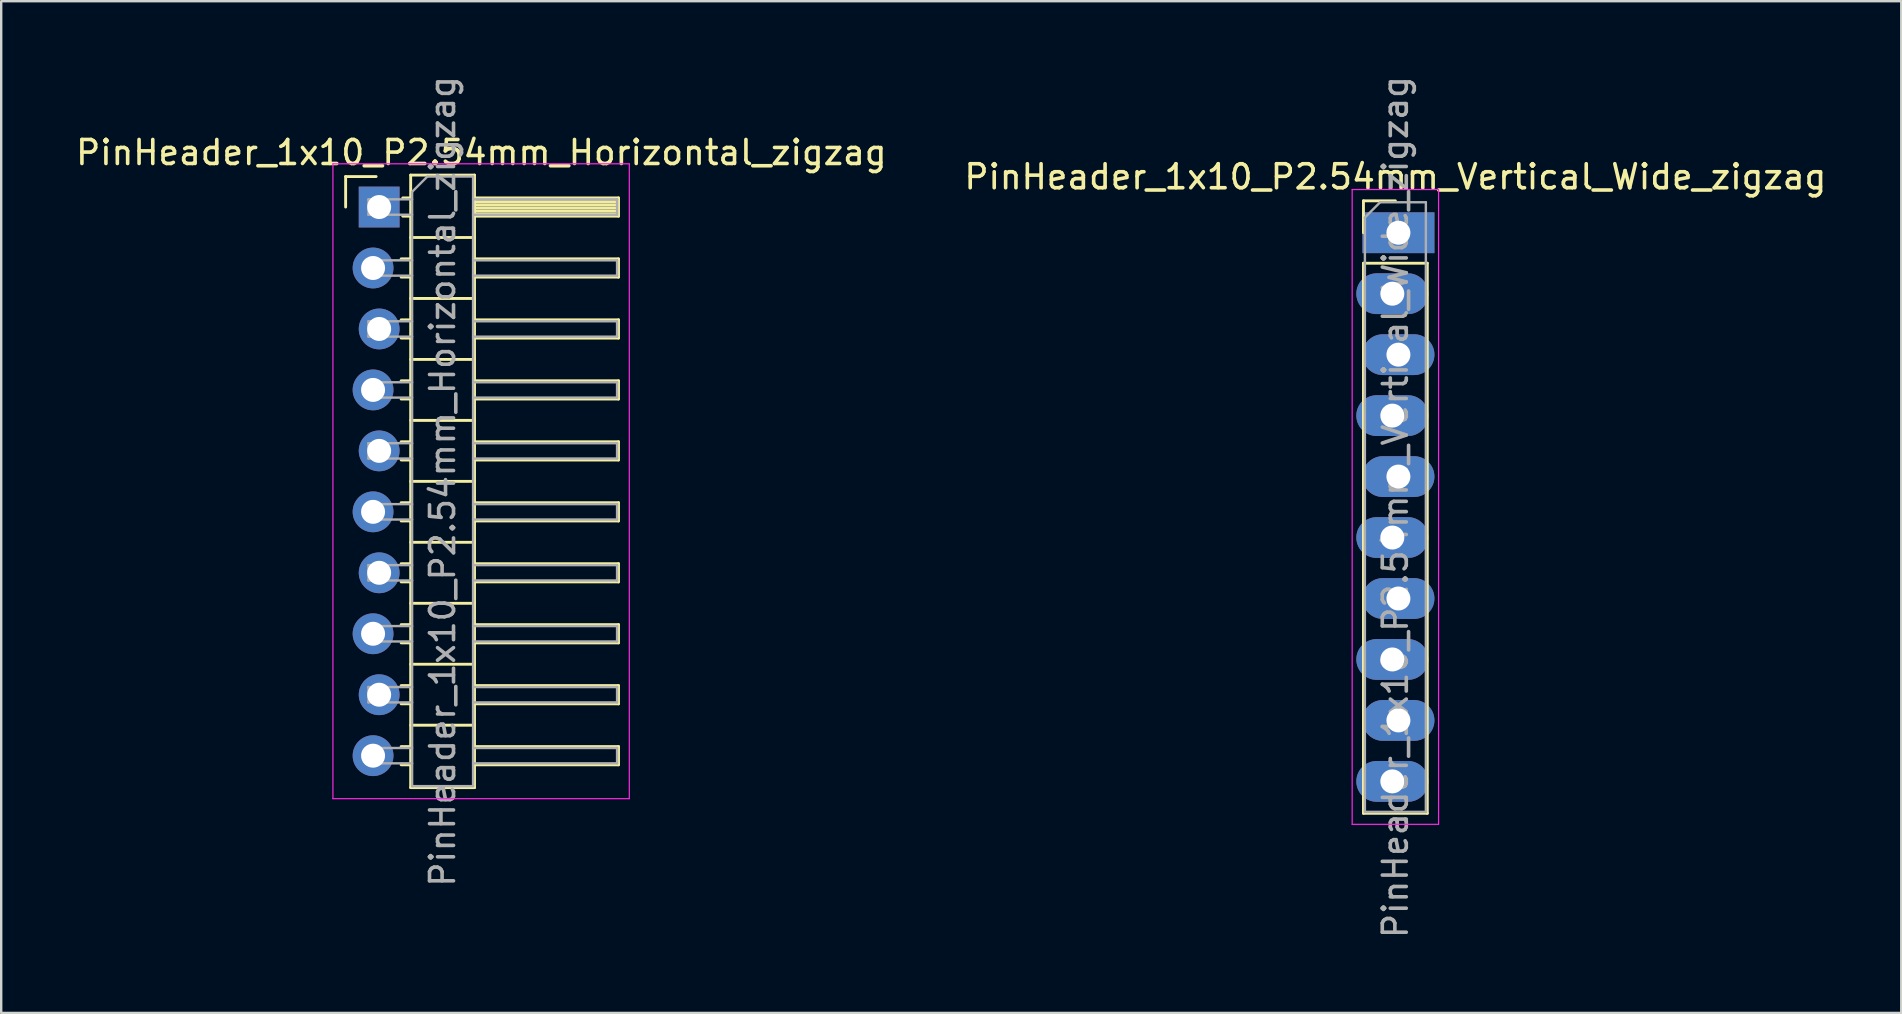
<source format=kicad_pcb>
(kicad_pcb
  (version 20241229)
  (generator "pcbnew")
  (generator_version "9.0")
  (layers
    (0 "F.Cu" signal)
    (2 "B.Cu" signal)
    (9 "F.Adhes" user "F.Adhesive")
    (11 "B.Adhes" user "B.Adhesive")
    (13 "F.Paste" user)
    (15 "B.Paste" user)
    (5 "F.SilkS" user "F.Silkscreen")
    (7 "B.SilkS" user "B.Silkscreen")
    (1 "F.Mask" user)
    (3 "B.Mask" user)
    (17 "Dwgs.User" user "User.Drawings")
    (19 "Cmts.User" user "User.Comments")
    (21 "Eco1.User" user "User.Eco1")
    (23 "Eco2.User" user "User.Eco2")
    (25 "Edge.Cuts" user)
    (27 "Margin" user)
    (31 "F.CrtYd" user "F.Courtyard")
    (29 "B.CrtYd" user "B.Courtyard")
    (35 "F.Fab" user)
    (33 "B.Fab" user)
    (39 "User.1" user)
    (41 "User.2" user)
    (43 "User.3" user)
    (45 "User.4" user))
  (footprint "PinHeader_1x10_P2.54mm_Horizontal_zigzag"
    (layer "F.Cu")
    (at 12.621 5.576)
    (property "Reference" "PinHeader_1x10_P2.54mm_Horizontal_zigzag" (at 4.385 -2.27 0) (layer "F.SilkS") (effects (font (size 1 1) (thickness 0.15))))
    (attr through_hole)
    (fp_line (start -1.27 -1.27) (end 0 -1.27) (stroke (width 0.12) (type solid)) (layer "F.SilkS"))
    (fp_line (start -1.27 0) (end -1.27 -1.27) (stroke (width 0.12) (type solid)) (layer "F.SilkS"))
    (fp_line (start 1.043 2.16) (end 1.44 2.16) (stroke (width 0.12) (type solid)) (layer "F.SilkS"))
    (fp_line (start 1.043 2.92) (end 1.44 2.92) (stroke (width 0.12) (type solid)) (layer "F.SilkS"))
    (fp_line (start 1.043 4.7) (end 1.44 4.7) (stroke (width 0.12) (type solid)) (layer "F.SilkS"))
    (fp_line (start 1.043 5.46) (end 1.44 5.46) (stroke (width 0.12) (type solid)) (layer "F.SilkS"))
    (fp_line (start 1.043 7.24) (end 1.44 7.24) (stroke (width 0.12) (type solid)) (layer "F.SilkS"))
    (fp_line (start 1.043 8) (end 1.44 8) (stroke (width 0.12) (type solid)) (layer "F.SilkS"))
    (fp_line (start 1.043 9.78) (end 1.44 9.78) (stroke (width 0.12) (type solid)) (layer "F.SilkS"))
    (fp_line (start 1.043 10.54) (end 1.44 10.54) (stroke (width 0.12) (type solid)) (layer "F.SilkS"))
    (fp_line (start 1.043 12.32) (end 1.44 12.32) (stroke (width 0.12) (type solid)) (layer "F.SilkS"))
    (fp_line (start 1.043 13.08) (end 1.44 13.08) (stroke (width 0.12) (type solid)) (layer "F.SilkS"))
    (fp_line (start 1.043 14.86) (end 1.44 14.86) (stroke (width 0.12) (type solid)) (layer "F.SilkS"))
    (fp_line (start 1.043 15.62) (end 1.44 15.62) (stroke (width 0.12) (type solid)) (layer "F.SilkS"))
    (fp_line (start 1.043 17.4) (end 1.44 17.4) (stroke (width 0.12) (type solid)) (layer "F.SilkS"))
    (fp_line (start 1.043 18.16) (end 1.44 18.16) (stroke (width 0.12) (type solid)) (layer "F.SilkS"))
    (fp_line (start 1.043 19.94) (end 1.44 19.94) (stroke (width 0.12) (type solid)) (layer "F.SilkS"))
    (fp_line (start 1.043 20.7) (end 1.44 20.7) (stroke (width 0.12) (type solid)) (layer "F.SilkS"))
    (fp_line (start 1.043 22.48) (end 1.44 22.48) (stroke (width 0.12) (type solid)) (layer "F.SilkS"))
    (fp_line (start 1.043 23.24) (end 1.44 23.24) (stroke (width 0.12) (type solid)) (layer "F.SilkS"))
    (fp_line (start 1.11 -0.38) (end 1.44 -0.38) (stroke (width 0.12) (type solid)) (layer "F.SilkS"))
    (fp_line (start 1.11 0.38) (end 1.44 0.38) (stroke (width 0.12) (type solid)) (layer "F.SilkS"))
    (fp_line (start 1.44 -1.33) (end 1.44 24.19) (stroke (width 0.12) (type solid)) (layer "F.SilkS"))
    (fp_line (start 1.44 1.27) (end 4.1 1.27) (stroke (width 0.12) (type solid)) (layer "F.SilkS"))
    (fp_line (start 1.44 3.81) (end 4.1 3.81) (stroke (width 0.12) (type solid)) (layer "F.SilkS"))
    (fp_line (start 1.44 6.35) (end 4.1 6.35) (stroke (width 0.12) (type solid)) (layer "F.SilkS"))
    (fp_line (start 1.44 8.89) (end 4.1 8.89) (stroke (width 0.12) (type solid)) (layer "F.SilkS"))
    (fp_line (start 1.44 11.43) (end 4.1 11.43) (stroke (width 0.12) (type solid)) (layer "F.SilkS"))
    (fp_line (start 1.44 13.97) (end 4.1 13.97) (stroke (width 0.12) (type solid)) (layer "F.SilkS"))
    (fp_line (start 1.44 16.51) (end 4.1 16.51) (stroke (width 0.12) (type solid)) (layer "F.SilkS"))
    (fp_line (start 1.44 19.05) (end 4.1 19.05) (stroke (width 0.12) (type solid)) (layer "F.SilkS"))
    (fp_line (start 1.44 21.59) (end 4.1 21.59) (stroke (width 0.12) (type solid)) (layer "F.SilkS"))
    (fp_line (start 1.44 24.19) (end 4.1 24.19) (stroke (width 0.12) (type solid)) (layer "F.SilkS"))
    (fp_line (start 4.1 -1.33) (end 1.44 -1.33) (stroke (width 0.12) (type solid)) (layer "F.SilkS"))
    (fp_line (start 4.1 -0.38) (end 10.1 -0.38) (stroke (width 0.12) (type solid)) (layer "F.SilkS"))
    (fp_line (start 4.1 -0.32) (end 10.1 -0.32) (stroke (width 0.12) (type solid)) (layer "F.SilkS"))
    (fp_line (start 4.1 -0.2) (end 10.1 -0.2) (stroke (width 0.12) (type solid)) (layer "F.SilkS"))
    (fp_line (start 4.1 -0.08) (end 10.1 -0.08) (stroke (width 0.12) (type solid)) (layer "F.SilkS"))
    (fp_line (start 4.1 0.04) (end 10.1 0.04) (stroke (width 0.12) (type solid)) (layer "F.SilkS"))
    (fp_line (start 4.1 0.16) (end 10.1 0.16) (stroke (width 0.12) (type solid)) (layer "F.SilkS"))
    (fp_line (start 4.1 0.28) (end 10.1 0.28) (stroke (width 0.12) (type solid)) (layer "F.SilkS"))
    (fp_line (start 4.1 2.16) (end 10.1 2.16) (stroke (width 0.12) (type solid)) (layer "F.SilkS"))
    (fp_line (start 4.1 4.7) (end 10.1 4.7) (stroke (width 0.12) (type solid)) (layer "F.SilkS"))
    (fp_line (start 4.1 7.24) (end 10.1 7.24) (stroke (width 0.12) (type solid)) (layer "F.SilkS"))
    (fp_line (start 4.1 9.78) (end 10.1 9.78) (stroke (width 0.12) (type solid)) (layer "F.SilkS"))
    (fp_line (start 4.1 12.32) (end 10.1 12.32) (stroke (width 0.12) (type solid)) (layer "F.SilkS"))
    (fp_line (start 4.1 14.86) (end 10.1 14.86) (stroke (width 0.12) (type solid)) (layer "F.SilkS"))
    (fp_line (start 4.1 17.4) (end 10.1 17.4) (stroke (width 0.12) (type solid)) (layer "F.SilkS"))
    (fp_line (start 4.1 19.94) (end 10.1 19.94) (stroke (width 0.12) (type solid)) (layer "F.SilkS"))
    (fp_line (start 4.1 22.48) (end 10.1 22.48) (stroke (width 0.12) (type solid)) (layer "F.SilkS"))
    (fp_line (start 4.1 24.19) (end 4.1 -1.33) (stroke (width 0.12) (type solid)) (layer "F.SilkS"))
    (fp_line (start 10.1 -0.38) (end 10.1 0.38) (stroke (width 0.12) (type solid)) (layer "F.SilkS"))
    (fp_line (start 10.1 0.38) (end 4.1 0.38) (stroke (width 0.12) (type solid)) (layer "F.SilkS"))
    (fp_line (start 10.1 2.16) (end 10.1 2.92) (stroke (width 0.12) (type solid)) (layer "F.SilkS"))
    (fp_line (start 10.1 2.92) (end 4.1 2.92) (stroke (width 0.12) (type solid)) (layer "F.SilkS"))
    (fp_line (start 10.1 4.7) (end 10.1 5.46) (stroke (width 0.12) (type solid)) (layer "F.SilkS"))
    (fp_line (start 10.1 5.46) (end 4.1 5.46) (stroke (width 0.12) (type solid)) (layer "F.SilkS"))
    (fp_line (start 10.1 7.24) (end 10.1 8) (stroke (width 0.12) (type solid)) (layer "F.SilkS"))
    (fp_line (start 10.1 8) (end 4.1 8) (stroke (width 0.12) (type solid)) (layer "F.SilkS"))
    (fp_line (start 10.1 9.78) (end 10.1 10.54) (stroke (width 0.12) (type solid)) (layer "F.SilkS"))
    (fp_line (start 10.1 10.54) (end 4.1 10.54) (stroke (width 0.12) (type solid)) (layer "F.SilkS"))
    (fp_line (start 10.1 12.32) (end 10.1 13.08) (stroke (width 0.12) (type solid)) (layer "F.SilkS"))
    (fp_line (start 10.1 13.08) (end 4.1 13.08) (stroke (width 0.12) (type solid)) (layer "F.SilkS"))
    (fp_line (start 10.1 14.86) (end 10.1 15.62) (stroke (width 0.12) (type solid)) (layer "F.SilkS"))
    (fp_line (start 10.1 15.62) (end 4.1 15.62) (stroke (width 0.12) (type solid)) (layer "F.SilkS"))
    (fp_line (start 10.1 17.4) (end 10.1 18.16) (stroke (width 0.12) (type solid)) (layer "F.SilkS"))
    (fp_line (start 10.1 18.16) (end 4.1 18.16) (stroke (width 0.12) (type solid)) (layer "F.SilkS"))
    (fp_line (start 10.1 19.94) (end 10.1 20.7) (stroke (width 0.12) (type solid)) (layer "F.SilkS"))
    (fp_line (start 10.1 20.7) (end 4.1 20.7) (stroke (width 0.12) (type solid)) (layer "F.SilkS"))
    (fp_line (start 10.1 22.48) (end 10.1 23.24) (stroke (width 0.12) (type solid)) (layer "F.SilkS"))
    (fp_line (start 10.1 23.24) (end 4.1 23.24) (stroke (width 0.12) (type solid)) (layer "F.SilkS"))
    (fp_line (start -1.8 -1.8) (end -1.8 24.65) (stroke (width 0.05) (type solid)) (layer "F.CrtYd"))
    (fp_line (start -1.8 24.65) (end 10.55 24.65) (stroke (width 0.05) (type solid)) (layer "F.CrtYd"))
    (fp_line (start 10.55 -1.8) (end -1.8 -1.8) (stroke (width 0.05) (type solid)) (layer "F.CrtYd"))
    (fp_line (start 10.55 24.65) (end 10.55 -1.8) (stroke (width 0.05) (type solid)) (layer "F.CrtYd"))
    (fp_line (start -0.32 -0.32) (end -0.32 0.32) (stroke (width 0.1) (type solid)) (layer "F.Fab"))
    (fp_line (start -0.32 -0.32) (end 1.5 -0.32) (stroke (width 0.1) (type solid)) (layer "F.Fab"))
    (fp_line (start -0.32 0.32) (end 1.5 0.32) (stroke (width 0.1) (type solid)) (layer "F.Fab"))
    (fp_line (start -0.32 2.22) (end -0.32 2.86) (stroke (width 0.1) (type solid)) (layer "F.Fab"))
    (fp_line (start -0.32 2.22) (end 1.5 2.22) (stroke (width 0.1) (type solid)) (layer "F.Fab"))
    (fp_line (start -0.32 2.86) (end 1.5 2.86) (stroke (width 0.1) (type solid)) (layer "F.Fab"))
    (fp_line (start -0.32 4.76) (end -0.32 5.4) (stroke (width 0.1) (type solid)) (layer "F.Fab"))
    (fp_line (start -0.32 4.76) (end 1.5 4.76) (stroke (width 0.1) (type solid)) (layer "F.Fab"))
    (fp_line (start -0.32 5.4) (end 1.5 5.4) (stroke (width 0.1) (type solid)) (layer "F.Fab"))
    (fp_line (start -0.32 7.3) (end -0.32 7.94) (stroke (width 0.1) (type solid)) (layer "F.Fab"))
    (fp_line (start -0.32 7.3) (end 1.5 7.3) (stroke (width 0.1) (type solid)) (layer "F.Fab"))
    (fp_line (start -0.32 7.94) (end 1.5 7.94) (stroke (width 0.1) (type solid)) (layer "F.Fab"))
    (fp_line (start -0.32 9.84) (end -0.32 10.48) (stroke (width 0.1) (type solid)) (layer "F.Fab"))
    (fp_line (start -0.32 9.84) (end 1.5 9.84) (stroke (width 0.1) (type solid)) (layer "F.Fab"))
    (fp_line (start -0.32 10.48) (end 1.5 10.48) (stroke (width 0.1) (type solid)) (layer "F.Fab"))
    (fp_line (start -0.32 12.38) (end -0.32 13.02) (stroke (width 0.1) (type solid)) (layer "F.Fab"))
    (fp_line (start -0.32 12.38) (end 1.5 12.38) (stroke (width 0.1) (type solid)) (layer "F.Fab"))
    (fp_line (start -0.32 13.02) (end 1.5 13.02) (stroke (width 0.1) (type solid)) (layer "F.Fab"))
    (fp_line (start -0.32 14.92) (end -0.32 15.56) (stroke (width 0.1) (type solid)) (layer "F.Fab"))
    (fp_line (start -0.32 14.92) (end 1.5 14.92) (stroke (width 0.1) (type solid)) (layer "F.Fab"))
    (fp_line (start -0.32 15.56) (end 1.5 15.56) (stroke (width 0.1) (type solid)) (layer "F.Fab"))
    (fp_line (start -0.32 17.46) (end -0.32 18.1) (stroke (width 0.1) (type solid)) (layer "F.Fab"))
    (fp_line (start -0.32 17.46) (end 1.5 17.46) (stroke (width 0.1) (type solid)) (layer "F.Fab"))
    (fp_line (start -0.32 18.1) (end 1.5 18.1) (stroke (width 0.1) (type solid)) (layer "F.Fab"))
    (fp_line (start -0.32 20) (end -0.32 20.64) (stroke (width 0.1) (type solid)) (layer "F.Fab"))
    (fp_line (start -0.32 20) (end 1.5 20) (stroke (width 0.1) (type solid)) (layer "F.Fab"))
    (fp_line (start -0.32 20.64) (end 1.5 20.64) (stroke (width 0.1) (type solid)) (layer "F.Fab"))
    (fp_line (start -0.32 22.54) (end -0.32 23.18) (stroke (width 0.1) (type solid)) (layer "F.Fab"))
    (fp_line (start -0.32 22.54) (end 1.5 22.54) (stroke (width 0.1) (type solid)) (layer "F.Fab"))
    (fp_line (start -0.32 23.18) (end 1.5 23.18) (stroke (width 0.1) (type solid)) (layer "F.Fab"))
    (fp_line (start 1.5 -0.635) (end 2.135 -1.27) (stroke (width 0.1) (type solid)) (layer "F.Fab"))
    (fp_line (start 1.5 24.13) (end 1.5 -0.635) (stroke (width 0.1) (type solid)) (layer "F.Fab"))
    (fp_line (start 2.135 -1.27) (end 4.04 -1.27) (stroke (width 0.1) (type solid)) (layer "F.Fab"))
    (fp_line (start 4.04 -1.27) (end 4.04 24.13) (stroke (width 0.1) (type solid)) (layer "F.Fab"))
    (fp_line (start 4.04 -0.32) (end 10.04 -0.32) (stroke (width 0.1) (type solid)) (layer "F.Fab"))
    (fp_line (start 4.04 0.32) (end 10.04 0.32) (stroke (width 0.1) (type solid)) (layer "F.Fab"))
    (fp_line (start 4.04 2.22) (end 10.04 2.22) (stroke (width 0.1) (type solid)) (layer "F.Fab"))
    (fp_line (start 4.04 2.86) (end 10.04 2.86) (stroke (width 0.1) (type solid)) (layer "F.Fab"))
    (fp_line (start 4.04 4.76) (end 10.04 4.76) (stroke (width 0.1) (type solid)) (layer "F.Fab"))
    (fp_line (start 4.04 5.4) (end 10.04 5.4) (stroke (width 0.1) (type solid)) (layer "F.Fab"))
    (fp_line (start 4.04 7.3) (end 10.04 7.3) (stroke (width 0.1) (type solid)) (layer "F.Fab"))
    (fp_line (start 4.04 7.94) (end 10.04 7.94) (stroke (width 0.1) (type solid)) (layer "F.Fab"))
    (fp_line (start 4.04 9.84) (end 10.04 9.84) (stroke (width 0.1) (type solid)) (layer "F.Fab"))
    (fp_line (start 4.04 10.48) (end 10.04 10.48) (stroke (width 0.1) (type solid)) (layer "F.Fab"))
    (fp_line (start 4.04 12.38) (end 10.04 12.38) (stroke (width 0.1) (type solid)) (layer "F.Fab"))
    (fp_line (start 4.04 13.02) (end 10.04 13.02) (stroke (width 0.1) (type solid)) (layer "F.Fab"))
    (fp_line (start 4.04 14.92) (end 10.04 14.92) (stroke (width 0.1) (type solid)) (layer "F.Fab"))
    (fp_line (start 4.04 15.56) (end 10.04 15.56) (stroke (width 0.1) (type solid)) (layer "F.Fab"))
    (fp_line (start 4.04 17.46) (end 10.04 17.46) (stroke (width 0.1) (type solid)) (layer "F.Fab"))
    (fp_line (start 4.04 18.1) (end 10.04 18.1) (stroke (width 0.1) (type solid)) (layer "F.Fab"))
    (fp_line (start 4.04 20) (end 10.04 20) (stroke (width 0.1) (type solid)) (layer "F.Fab"))
    (fp_line (start 4.04 20.64) (end 10.04 20.64) (stroke (width 0.1) (type solid)) (layer "F.Fab"))
    (fp_line (start 4.04 22.54) (end 10.04 22.54) (stroke (width 0.1) (type solid)) (layer "F.Fab"))
    (fp_line (start 4.04 23.18) (end 10.04 23.18) (stroke (width 0.1) (type solid)) (layer "F.Fab"))
    (fp_line (start 4.04 24.13) (end 1.5 24.13) (stroke (width 0.1) (type solid)) (layer "F.Fab"))
    (fp_line (start 10.04 -0.32) (end 10.04 0.32) (stroke (width 0.1) (type solid)) (layer "F.Fab"))
    (fp_line (start 10.04 2.22) (end 10.04 2.86) (stroke (width 0.1) (type solid)) (layer "F.Fab"))
    (fp_line (start 10.04 4.76) (end 10.04 5.4) (stroke (width 0.1) (type solid)) (layer "F.Fab"))
    (fp_line (start 10.04 7.3) (end 10.04 7.94) (stroke (width 0.1) (type solid)) (layer "F.Fab"))
    (fp_line (start 10.04 9.84) (end 10.04 10.48) (stroke (width 0.1) (type solid)) (layer "F.Fab"))
    (fp_line (start 10.04 12.38) (end 10.04 13.02) (stroke (width 0.1) (type solid)) (layer "F.Fab"))
    (fp_line (start 10.04 14.92) (end 10.04 15.56) (stroke (width 0.1) (type solid)) (layer "F.Fab"))
    (fp_line (start 10.04 17.46) (end 10.04 18.1) (stroke (width 0.1) (type solid)) (layer "F.Fab"))
    (fp_line (start 10.04 20) (end 10.04 20.64) (stroke (width 0.1) (type solid)) (layer "F.Fab"))
    (fp_line (start 10.04 22.54) (end 10.04 23.18) (stroke (width 0.1) (type solid)) (layer "F.Fab"))
    (fp_text user "${REFERENCE}" (at 2.77 11.43 90) (layer "F.Fab") (effects (font (size 1 1) (thickness 0.15))))
    (pad "1" thru_hole rect (at 0.127 0) (size 1.7 1.7) (drill 1) (layers "*.Cu" "*.Mask"))
    (pad "2" thru_hole oval (at -0.127 2.54) (size 1.7 1.7) (drill 1) (layers "*.Cu" "*.Mask"))
    (pad "3" thru_hole oval (at 0.127 5.08) (size 1.7 1.7) (drill 1) (layers "*.Cu" "*.Mask"))
    (pad "4" thru_hole oval (at -0.127 7.62) (size 1.7 1.7) (drill 1) (layers "*.Cu" "*.Mask"))
    (pad "5" thru_hole oval (at 0.127 10.16) (size 1.7 1.7) (drill 1) (layers "*.Cu" "*.Mask"))
    (pad "6" thru_hole oval (at -0.127 12.7) (size 1.7 1.7) (drill 1) (layers "*.Cu" "*.Mask"))
    (pad "7" thru_hole oval (at 0.127 15.24) (size 1.7 1.7) (drill 1) (layers "*.Cu" "*.Mask"))
    (pad "8" thru_hole oval (at -0.127 17.78) (size 1.7 1.7) (drill 1) (layers "*.Cu" "*.Mask"))
    (pad "9" thru_hole oval (at 0.127 20.32) (size 1.7 1.7) (drill 1) (layers "*.Cu" "*.Mask"))
    (pad "10" thru_hole oval (at -0.127 22.86) (size 1.7 1.7) (drill 1) (layers "*.Cu" "*.Mask")))
  (footprint "PinHeader_1x10_P2.54mm_Vertical_Wide_zigzag"
    (layer "F.Cu")
    (at 55.089 6.647)
    (property "Reference" "PinHeader_1x10_P2.54mm_Vertical_Wide_zigzag" (at 0 -2.33 0) (layer "F.SilkS") (effects (font (size 1 1) (thickness 0.15))))
    (attr through_hole)
    (fp_line (start -1.33 -1.33) (end 0 -1.33) (stroke (width 0.12) (type solid)) (layer "F.SilkS"))
    (fp_line (start -1.33 0) (end -1.33 -1.33) (stroke (width 0.12) (type solid)) (layer "F.SilkS"))
    (fp_line (start -1.33 1.27) (end -1.33 24.19) (stroke (width 0.12) (type solid)) (layer "F.SilkS"))
    (fp_line (start -1.33 1.27) (end 1.33 1.27) (stroke (width 0.12) (type solid)) (layer "F.SilkS"))
    (fp_line (start -1.33 24.19) (end 1.33 24.19) (stroke (width 0.12) (type solid)) (layer "F.SilkS"))
    (fp_line (start 1.33 1.27) (end 1.33 24.19) (stroke (width 0.12) (type solid)) (layer "F.SilkS"))
    (fp_line (start -1.8 -1.8) (end -1.8 24.65) (stroke (width 0.05) (type solid)) (layer "F.CrtYd"))
    (fp_line (start -1.8 24.65) (end 1.8 24.65) (stroke (width 0.05) (type solid)) (layer "F.CrtYd"))
    (fp_line (start 1.8 -1.8) (end -1.8 -1.8) (stroke (width 0.05) (type solid)) (layer "F.CrtYd"))
    (fp_line (start 1.8 24.65) (end 1.8 -1.8) (stroke (width 0.05) (type solid)) (layer "F.CrtYd"))
    (fp_line (start -1.27 -0.635) (end -0.635 -1.27) (stroke (width 0.1) (type solid)) (layer "F.Fab"))
    (fp_line (start -1.27 24.13) (end -1.27 -0.635) (stroke (width 0.1) (type solid)) (layer "F.Fab"))
    (fp_line (start -0.635 -1.27) (end 1.27 -1.27) (stroke (width 0.1) (type solid)) (layer "F.Fab"))
    (fp_line (start 1.27 -1.27) (end 1.27 24.13) (stroke (width 0.1) (type solid)) (layer "F.Fab"))
    (fp_line (start 1.27 24.13) (end -1.27 24.13) (stroke (width 0.1) (type solid)) (layer "F.Fab"))
    (fp_text user "${REFERENCE}" (at 0 11.43 90) (layer "F.Fab") (effects (font (size 1 1) (thickness 0.15))))
    (pad "1" thru_hole rect (at 0.127 0) (size 3 1.7) (drill 1) (layers "*.Cu" "*.Mask"))
    (pad "2" thru_hole oval (at -0.127 2.54) (size 3 1.7) (drill 1) (layers "*.Cu" "*.Mask"))
    (pad "3" thru_hole oval (at 0.127 5.08) (size 3 1.7) (drill 1) (layers "*.Cu" "*.Mask"))
    (pad "4" thru_hole oval (at -0.127 7.62) (size 3 1.7) (drill 1) (layers "*.Cu" "*.Mask"))
    (pad "5" thru_hole oval (at 0.127 10.16) (size 3 1.7) (drill 1) (layers "*.Cu" "*.Mask"))
    (pad "6" thru_hole oval (at -0.127 12.7) (size 3 1.7) (drill 1) (layers "*.Cu" "*.Mask"))
    (pad "7" thru_hole oval (at 0.127 15.24) (size 3 1.7) (drill 1) (layers "*.Cu" "*.Mask"))
    (pad "8" thru_hole oval (at -0.127 17.78) (size 3 1.7) (drill 1) (layers "*.Cu" "*.Mask"))
    (pad "9" thru_hole oval (at 0.127 20.32) (size 3 1.7) (drill 1) (layers "*.Cu" "*.Mask"))
    (pad "10" thru_hole oval (at -0.127 22.86) (size 3 1.7) (drill 1) (layers "*.Cu" "*.Mask")))
  (gr_rect
    (start -3 -3)
    (end 76.167 39.155)
    (stroke (width 0.1) (type default))
    (fill no)
    (layer "Edge.Cuts")))
</source>
